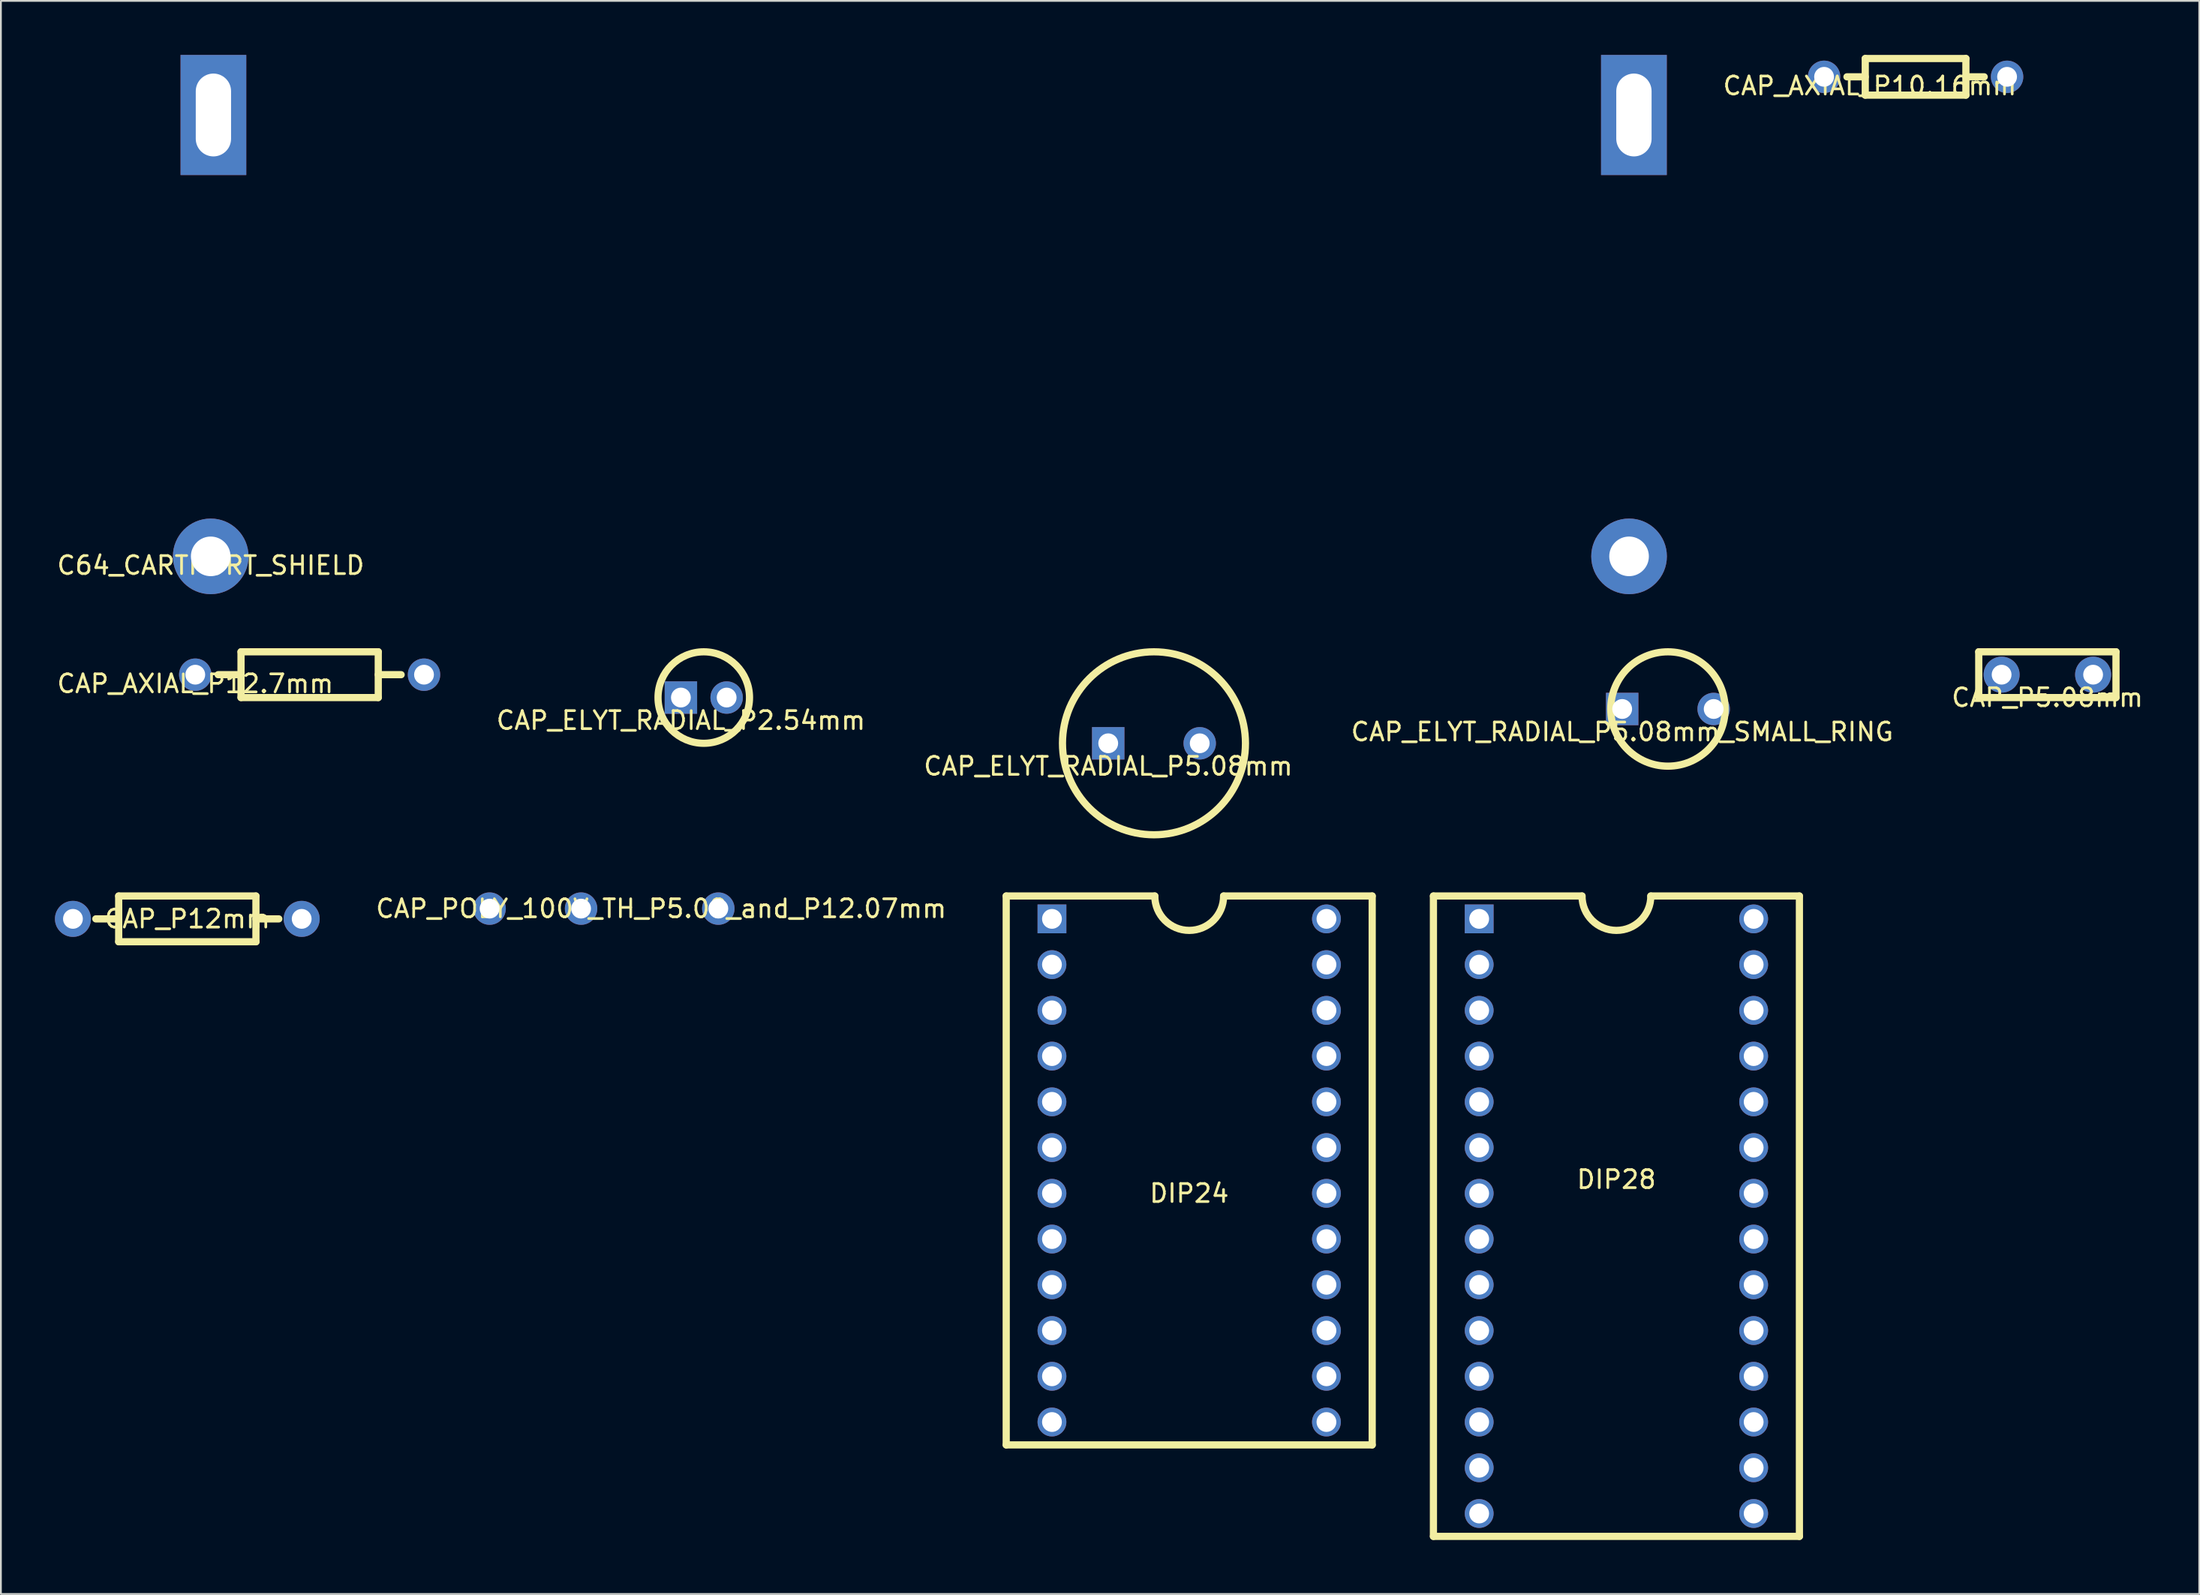
<source format=kicad_pcb>
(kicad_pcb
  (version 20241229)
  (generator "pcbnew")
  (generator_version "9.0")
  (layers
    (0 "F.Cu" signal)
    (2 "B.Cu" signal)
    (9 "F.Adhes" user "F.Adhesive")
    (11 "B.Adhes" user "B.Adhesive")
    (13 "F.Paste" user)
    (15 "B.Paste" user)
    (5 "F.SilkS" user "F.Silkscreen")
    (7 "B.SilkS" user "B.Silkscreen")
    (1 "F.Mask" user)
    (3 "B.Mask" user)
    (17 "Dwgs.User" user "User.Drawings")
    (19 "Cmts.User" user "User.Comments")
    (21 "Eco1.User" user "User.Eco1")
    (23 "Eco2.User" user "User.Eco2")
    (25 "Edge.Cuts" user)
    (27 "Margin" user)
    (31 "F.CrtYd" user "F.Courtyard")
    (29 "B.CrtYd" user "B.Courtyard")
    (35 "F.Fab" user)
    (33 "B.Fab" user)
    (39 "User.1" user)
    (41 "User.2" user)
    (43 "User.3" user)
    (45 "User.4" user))
  (footprint "CAP_AXIAL_P10.16mm"
    (layer "F.Cu")
    (at 100.767 1.216)
    (property "Reference" "CAP_AXIAL_P10.16mm" (at 0 0.5 0) (layer "F.SilkS") (effects (font (size 1 1) (thickness 0.15))))
    (attr through_hole)
    (fp_line (start -1.27 0) (end -0.254 0) (stroke (width 0.4) (type solid)) (layer "F.SilkS"))
    (fp_line (start -0.254 -1.016) (end 5.334 -1.016) (stroke (width 0.4) (type solid)) (layer "F.SilkS"))
    (fp_line (start -0.254 1.016) (end -0.254 -1.016) (stroke (width 0.4) (type solid)) (layer "F.SilkS"))
    (fp_line (start 5.334 -1.016) (end 5.334 1.016) (stroke (width 0.4) (type solid)) (layer "F.SilkS"))
    (fp_line (start 5.334 0) (end 6.35 0) (stroke (width 0.4) (type solid)) (layer "F.SilkS"))
    (fp_line (start 5.334 1.016) (end -0.254 1.016) (stroke (width 0.4) (type solid)) (layer "F.SilkS"))
    (pad "1" thru_hole circle (at -2.54 0) (size 1.8 1.8) (drill 1.1) (layers "*.Cu" "*.Mask"))
    (pad "2" thru_hole circle (at 7.62 0) (size 1.8 1.8) (drill 1.1) (layers "*.Cu" "*.Mask")))
  (footprint "CAP_AXIAL_P12.7mm"
    (layer "F.Cu")
    (at 7.792 34.415)
    (property "Reference" "CAP_AXIAL_P12.7mm" (at 0 0.5 0) (layer "F.SilkS") (effects (font (size 1 1) (thickness 0.15))))
    (attr through_hole)
    (fp_line (start 1.27 0) (end 2.54 0) (stroke (width 0.4) (type solid)) (layer "F.SilkS"))
    (fp_line (start 2.54 -1.27) (end 10.16 -1.27) (stroke (width 0.4) (type solid)) (layer "F.SilkS"))
    (fp_line (start 2.54 1.27) (end 2.54 -1.27) (stroke (width 0.4) (type solid)) (layer "F.SilkS"))
    (fp_line (start 10.16 -1.27) (end 10.16 1.27) (stroke (width 0.4) (type solid)) (layer "F.SilkS"))
    (fp_line (start 10.16 0) (end 11.43 0) (stroke (width 0.4) (type solid)) (layer "F.SilkS"))
    (fp_line (start 10.16 1.27) (end 2.54 1.27) (stroke (width 0.4) (type solid)) (layer "F.SilkS"))
    (pad "1" thru_hole circle (at 0 0) (size 1.8 1.8) (drill 1.1) (layers "*.Cu" "*.Mask"))
    (pad "2" thru_hole circle (at 12.7 0) (size 1.8 1.8) (drill 1.1) (layers "*.Cu" "*.Mask")))
  (footprint "CAP_P5.08mm"
    (layer "F.Cu")
    (at 108.084 34.415)
    (property "Reference" "CAP_P5.08mm" (at 2.54 1.27 0) (layer "F.SilkS") (effects (font (size 1 1) (thickness 0.15))))
    (attr through_hole)
    (fp_line (start -1.27 -1.27) (end 6.35 -1.27) (stroke (width 0.4) (type solid)) (layer "F.SilkS"))
    (fp_line (start -1.27 1.27) (end -1.27 -1.27) (stroke (width 0.4) (type solid)) (layer "F.SilkS"))
    (fp_line (start 6.35 -1.27) (end 6.35 1.27) (stroke (width 0.4) (type solid)) (layer "F.SilkS"))
    (fp_line (start 6.35 1.27) (end -1.27 1.27) (stroke (width 0.4) (type solid)) (layer "F.SilkS"))
    (pad "1" thru_hole circle (at 0 0) (size 2 2) (drill 1.1) (layers "*.Cu" "*.Mask"))
    (pad "2" thru_hole circle (at 5.08 0) (size 2 2) (drill 1.1) (layers "*.Cu" "*.Mask")))
  (footprint "CAP_ELYT_RADIAL_P5.08mm"
    (layer "F.Cu")
    (at 58.481 38.225)
    (property "Reference" "CAP_ELYT_RADIAL_P5.08mm" (at 0 1.27 0) (layer "F.SilkS") (effects (font (size 1 1) (thickness 0.15))))
    (attr through_hole)
    (fp_circle (center 2.54 0) (end 7.62 0) (stroke (width 0.4) (type solid)) (fill no) (layer "F.SilkS"))
    (pad "1" thru_hole rect (at 0 0) (size 1.8 1.8) (drill 1.1) (layers "*.Cu" "*.Mask"))
    (pad "2" thru_hole circle (at 5.08 0) (size 1.8 1.8) (drill 1.1) (layers "*.Cu" "*.Mask")))
  (footprint "C64_CARTPORT_SHIELD"
    (layer "F.Cu")
    (at 8.649 27.845)
    (property "Reference" "C64_CARTPORT_SHIELD" (at 0 0.5 0) (layer "F.SilkS") (effects (font (size 1 1) (thickness 0.15))))
    (attr through_hole)
    (pad "1" thru_hole circle (at 0 0) (size 4.2 4.2) (drill 2.2) (layers "*.Cu" "B.Mask"))
    (pad "1" thru_hole rect (at 0.15 -24.51) (size 3.65 6.67) (drill oval 1.96 4.6) (layers "*.Cu" "B.Mask"))
    (pad "1" thru_hole circle (at 78.75 0) (size 4.2 4.2) (drill 2.2) (layers "*.Cu" "B.Mask"))
    (pad "1" thru_hole rect (at 79.02 -24.51) (size 3.65 6.67) (drill oval 1.96 4.6) (layers "*.Cu" "B.Mask")))
  (footprint "CAP_POLY_100V_TH_P5.08_and_P12.07mm"
    (layer "F.Cu")
    (at 24.133 47.405)
    (property "Reference" "CAP_POLY_100V_TH_P5.08_and_P12.07mm" (at 9.525 0 0) (layer "F.SilkS") (effects (font (size 1 1) (thickness 0.15))))
    (attr through_hole)
    (pad "1" thru_hole circle (at 0 0) (size 1.8 1.8) (drill 1.1) (layers "*.Cu" "*.Mask"))
    (pad "2" thru_hole circle (at 5.08 0) (size 1.8 1.8) (drill 1.1) (layers "*.Cu" "*.Mask"))
    (pad "2" thru_hole circle (at 12.7 0) (size 1.8 1.8) (drill 1.1) (layers "*.Cu" "*.Mask")))
  (footprint "DIP24"
    (layer "F.Cu")
    (at 62.977 61.945)
    (property "Reference" "DIP24" (at 0 1.27 0) (layer "F.SilkS") (effects (font (size 1 1) (thickness 0.15))))
    (attr through_hole)
    (fp_line (start -10.16 -15.24) (end -10.16 15.24) (stroke (width 0.4) (type solid)) (layer "F.SilkS"))
    (fp_line (start -10.16 15.24) (end 10.16 15.24) (stroke (width 0.4) (type solid)) (layer "F.SilkS"))
    (fp_line (start -1.91 -15.24) (end -10.16 -15.24) (stroke (width 0.4) (type solid)) (layer "F.SilkS"))
    (fp_line (start 10.16 -15.24) (end 1.91 -15.24) (stroke (width 0.4) (type solid)) (layer "F.SilkS"))
    (fp_line (start 10.16 15.24) (end 10.16 -15.24) (stroke (width 0.4) (type solid)) (layer "F.SilkS"))
    (fp_arc (start 1.91 -15.24) (mid 0 -13.33) (end -1.91 -15.24) (stroke (width 0.4) (type solid)) (layer "F.SilkS"))
    (pad "1" thru_hole rect (at -7.62 -13.97) (size 1.6 1.6) (drill 1.1) (layers "*.Cu" "*.Mask"))
    (pad "2" thru_hole circle (at -7.62 -11.43) (size 1.6 1.6) (drill 1.1) (layers "*.Cu" "*.Mask"))
    (pad "3" thru_hole circle (at -7.62 -8.89) (size 1.6 1.6) (drill 1.1) (layers "*.Cu" "*.Mask"))
    (pad "4" thru_hole circle (at -7.62 -6.35) (size 1.6 1.6) (drill 1.1) (layers "*.Cu" "*.Mask"))
    (pad "5" thru_hole circle (at -7.62 -3.81) (size 1.6 1.6) (drill 1.1) (layers "*.Cu" "*.Mask"))
    (pad "6" thru_hole circle (at -7.62 -1.27) (size 1.6 1.6) (drill 1.1) (layers "*.Cu" "*.Mask"))
    (pad "7" thru_hole circle (at -7.62 1.27) (size 1.6 1.6) (drill 1.1) (layers "*.Cu" "*.Mask"))
    (pad "8" thru_hole circle (at -7.62 3.81) (size 1.6 1.6) (drill 1.1) (layers "*.Cu" "*.Mask"))
    (pad "9" thru_hole circle (at -7.62 6.35) (size 1.6 1.6) (drill 1.1) (layers "*.Cu" "*.Mask"))
    (pad "10" thru_hole circle (at -7.62 8.89) (size 1.6 1.6) (drill 1.1) (layers "*.Cu" "*.Mask"))
    (pad "11" thru_hole circle (at -7.62 11.43) (size 1.6 1.6) (drill 1.1) (layers "*.Cu" "*.Mask"))
    (pad "12" thru_hole circle (at -7.62 13.97) (size 1.6 1.6) (drill 1.1) (layers "*.Cu" "*.Mask"))
    (pad "13" thru_hole circle (at 7.62 13.97) (size 1.6 1.6) (drill 1.1) (layers "*.Cu" "*.Mask"))
    (pad "14" thru_hole circle (at 7.62 11.43) (size 1.6 1.6) (drill 1.1) (layers "*.Cu" "*.Mask"))
    (pad "15" thru_hole circle (at 7.62 8.89) (size 1.6 1.6) (drill 1.1) (layers "*.Cu" "*.Mask"))
    (pad "16" thru_hole circle (at 7.62 6.35) (size 1.6 1.6) (drill 1.1) (layers "*.Cu" "*.Mask"))
    (pad "17" thru_hole circle (at 7.62 3.81) (size 1.6 1.6) (drill 1.1) (layers "*.Cu" "*.Mask"))
    (pad "18" thru_hole circle (at 7.62 1.27) (size 1.6 1.6) (drill 1.1) (layers "*.Cu" "*.Mask"))
    (pad "19" thru_hole circle (at 7.62 -1.27) (size 1.6 1.6) (drill 1.1) (layers "*.Cu" "*.Mask"))
    (pad "20" thru_hole circle (at 7.62 -3.81) (size 1.6 1.6) (drill 1.1) (layers "*.Cu" "*.Mask"))
    (pad "21" thru_hole circle (at 7.62 -6.35) (size 1.6 1.6) (drill 1.1) (layers "*.Cu" "*.Mask"))
    (pad "22" thru_hole circle (at 7.62 -8.89) (size 1.6 1.6) (drill 1.1) (layers "*.Cu" "*.Mask"))
    (pad "23" thru_hole circle (at 7.62 -11.43) (size 1.6 1.6) (drill 1.1) (layers "*.Cu" "*.Mask"))
    (pad "24" thru_hole circle (at 7.62 -13.97) (size 1.6 1.6) (drill 1.1) (layers "*.Cu" "*.Mask")))
  (footprint "CAP_ELYT_RADIAL_P2.54mm"
    (layer "F.Cu")
    (at 34.755 35.685)
    (property "Reference" "CAP_ELYT_RADIAL_P2.54mm" (at 0 1.27 0) (layer "F.SilkS") (effects (font (size 1 1) (thickness 0.15))))
    (attr through_hole)
    (fp_circle (center 1.27 0) (end 3.81 0) (stroke (width 0.4) (type solid)) (fill no) (layer "F.SilkS"))
    (pad "1" thru_hole rect (at 0 0) (size 1.8 1.8) (drill 1.1) (layers "*.Cu" "*.Mask"))
    (pad "2" thru_hole circle (at 2.54 0) (size 1.8 1.8) (drill 1.1) (layers "*.Cu" "*.Mask")))
  (footprint "CAP_ELYT_RADIAL_P5.08mm_SMALL_RING"
    (layer "F.Cu")
    (at 87.017 36.32)
    (property "Reference" "CAP_ELYT_RADIAL_P5.08mm_SMALL_RING" (at 0 1.27 0) (layer "F.SilkS") (effects (font (size 1 1) (thickness 0.15))))
    (attr through_hole)
    (fp_circle (center 2.54 0) (end 5.715 0) (stroke (width 0.4) (type solid)) (fill no) (layer "F.SilkS"))
    (pad "1" thru_hole rect (at 0 0) (size 1.8 1.8) (drill 1.1) (layers "*.Cu" "*.Mask"))
    (pad "2" thru_hole circle (at 5.08 0) (size 1.8 1.8) (drill 1.1) (layers "*.Cu" "*.Mask")))
  (footprint "DIP28"
    (layer "F.Cu")
    (at 86.697 64.485)
    (property "Reference" "DIP28" (at 0 -2.04 0) (layer "F.SilkS") (effects (font (size 1 1) (thickness 0.15))))
    (attr through_hole)
    (fp_line (start -10.16 -17.78) (end -10.16 17.78) (stroke (width 0.4) (type solid)) (layer "F.SilkS"))
    (fp_line (start -10.16 17.78) (end 10.16 17.78) (stroke (width 0.4) (type solid)) (layer "F.SilkS"))
    (fp_line (start -1.91 -17.78) (end -10.16 -17.78) (stroke (width 0.4) (type solid)) (layer "F.SilkS"))
    (fp_line (start 10.16 -17.78) (end 1.91 -17.78) (stroke (width 0.4) (type solid)) (layer "F.SilkS"))
    (fp_line (start 10.16 17.78) (end 10.16 -17.78) (stroke (width 0.4) (type solid)) (layer "F.SilkS"))
    (fp_arc (start 1.91 -17.78) (mid 0 -15.87) (end -1.91 -17.78) (stroke (width 0.4) (type solid)) (layer "F.SilkS"))
    (pad "1" thru_hole rect (at -7.62 -16.51) (size 1.6 1.6) (drill 1.1) (layers "*.Cu" "*.Mask"))
    (pad "2" thru_hole circle (at -7.62 -13.97) (size 1.6 1.6) (drill 1.1) (layers "*.Cu" "*.Mask"))
    (pad "3" thru_hole circle (at -7.62 -11.43) (size 1.6 1.6) (drill 1.1) (layers "*.Cu" "*.Mask"))
    (pad "4" thru_hole circle (at -7.62 -8.89) (size 1.6 1.6) (drill 1.1) (layers "*.Cu" "*.Mask"))
    (pad "5" thru_hole circle (at -7.62 -6.35) (size 1.6 1.6) (drill 1.1) (layers "*.Cu" "*.Mask"))
    (pad "6" thru_hole circle (at -7.62 -3.81) (size 1.6 1.6) (drill 1.1) (layers "*.Cu" "*.Mask"))
    (pad "7" thru_hole circle (at -7.62 -1.27) (size 1.6 1.6) (drill 1.1) (layers "*.Cu" "*.Mask"))
    (pad "8" thru_hole circle (at -7.62 1.27) (size 1.6 1.6) (drill 1.1) (layers "*.Cu" "*.Mask"))
    (pad "9" thru_hole circle (at -7.62 3.81) (size 1.6 1.6) (drill 1.1) (layers "*.Cu" "*.Mask"))
    (pad "10" thru_hole circle (at -7.62 6.35) (size 1.6 1.6) (drill 1.1) (layers "*.Cu" "*.Mask"))
    (pad "11" thru_hole circle (at -7.62 8.89) (size 1.6 1.6) (drill 1.1) (layers "*.Cu" "*.Mask"))
    (pad "12" thru_hole circle (at -7.62 11.43) (size 1.6 1.6) (drill 1.1) (layers "*.Cu" "*.Mask"))
    (pad "13" thru_hole circle (at -7.62 13.97) (size 1.6 1.6) (drill 1.1) (layers "*.Cu" "*.Mask"))
    (pad "14" thru_hole circle (at -7.62 16.51) (size 1.6 1.6) (drill 1.1) (layers "*.Cu" "*.Mask"))
    (pad "15" thru_hole circle (at 7.62 16.51) (size 1.6 1.6) (drill 1.1) (layers "*.Cu" "*.Mask"))
    (pad "16" thru_hole circle (at 7.62 13.97) (size 1.6 1.6) (drill 1.1) (layers "*.Cu" "*.Mask"))
    (pad "17" thru_hole circle (at 7.62 11.43) (size 1.6 1.6) (drill 1.1) (layers "*.Cu" "*.Mask"))
    (pad "18" thru_hole circle (at 7.62 8.89) (size 1.6 1.6) (drill 1.1) (layers "*.Cu" "*.Mask"))
    (pad "19" thru_hole circle (at 7.62 6.35) (size 1.6 1.6) (drill 1.1) (layers "*.Cu" "*.Mask"))
    (pad "20" thru_hole circle (at 7.62 3.81) (size 1.6 1.6) (drill 1.1) (layers "*.Cu" "*.Mask"))
    (pad "21" thru_hole circle (at 7.62 1.27) (size 1.6 1.6) (drill 1.1) (layers "*.Cu" "*.Mask"))
    (pad "22" thru_hole circle (at 7.62 -1.27) (size 1.6 1.6) (drill 1.1) (layers "*.Cu" "*.Mask"))
    (pad "23" thru_hole circle (at 7.62 -3.81) (size 1.6 1.6) (drill 1.1) (layers "*.Cu" "*.Mask"))
    (pad "24" thru_hole circle (at 7.62 -6.35) (size 1.6 1.6) (drill 1.1) (layers "*.Cu" "*.Mask"))
    (pad "25" thru_hole circle (at 7.62 -8.89) (size 1.6 1.6) (drill 1.1) (layers "*.Cu" "*.Mask"))
    (pad "26" thru_hole circle (at 7.62 -11.43) (size 1.6 1.6) (drill 1.1) (layers "*.Cu" "*.Mask"))
    (pad "27" thru_hole circle (at 7.62 -13.97) (size 1.6 1.6) (drill 1.1) (layers "*.Cu" "*.Mask"))
    (pad "28" thru_hole circle (at 7.62 -16.51) (size 1.6 1.6) (drill 1.1) (layers "*.Cu" "*.Mask")))
  (footprint "CAP_P12mm"
    (layer "F.Cu")
    (at 1 47.975)
    (property "Reference" "CAP_P12mm" (at 6.35 0 0) (layer "F.SilkS") (effects (font (size 1 1) (thickness 0.15))))
    (attr through_hole)
    (fp_line (start 1.27 0) (end 2.54 0) (stroke (width 0.4) (type solid)) (layer "F.SilkS"))
    (fp_line (start 2.54 -1.27) (end 10.16 -1.27) (stroke (width 0.4) (type solid)) (layer "F.SilkS"))
    (fp_line (start 2.54 1.27) (end 2.54 -1.27) (stroke (width 0.4) (type solid)) (layer "F.SilkS"))
    (fp_line (start 10.16 -1.27) (end 10.16 1.27) (stroke (width 0.4) (type solid)) (layer "F.SilkS"))
    (fp_line (start 10.16 0) (end 11.43 0) (stroke (width 0.4) (type solid)) (layer "F.SilkS"))
    (fp_line (start 10.16 1.27) (end 2.54 1.27) (stroke (width 0.4) (type solid)) (layer "F.SilkS"))
    (pad "1" thru_hole circle (at 0 0) (size 2 2) (drill 1.1) (layers "*.Cu" "*.Mask"))
    (pad "2" thru_hole circle (at 12.7 0) (size 2 2) (drill 1.1) (layers "*.Cu" "*.Mask")))
  (gr_rect
    (start -3 -3)
    (end 119.058 85.465)
    (stroke (width 0.1) (type default))
    (fill no)
    (layer "Edge.Cuts")))
</source>
